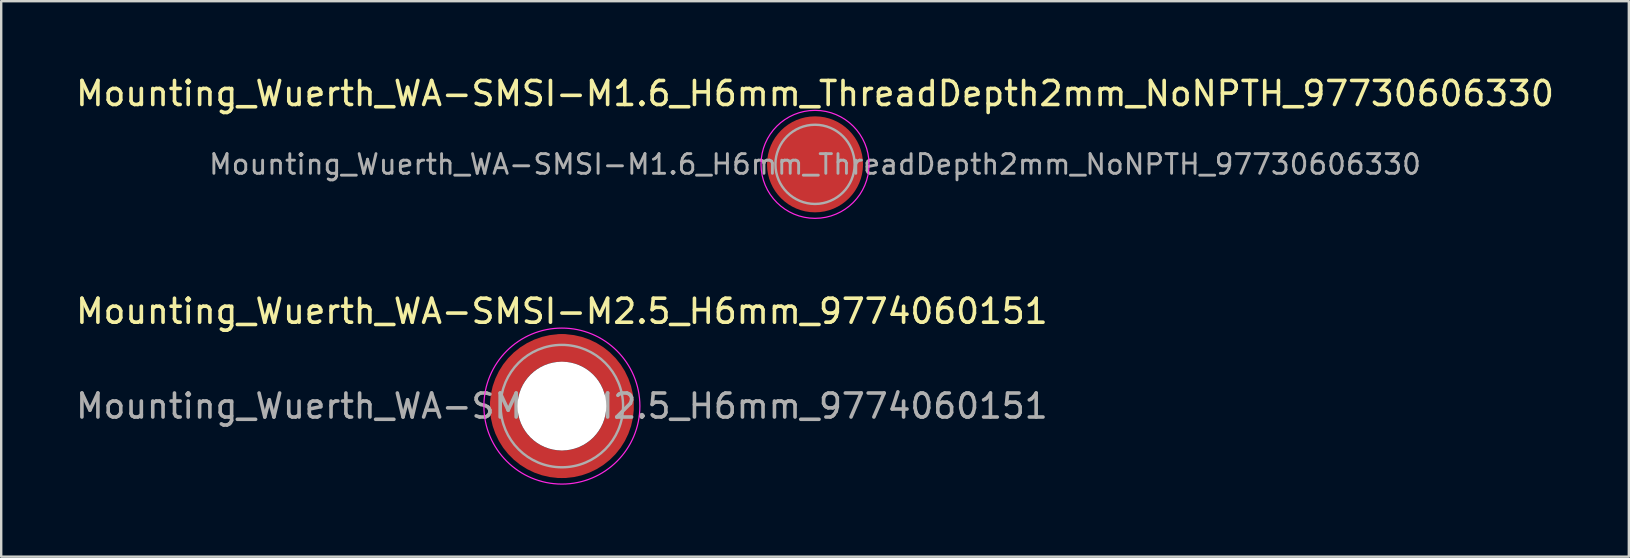
<source format=kicad_pcb>
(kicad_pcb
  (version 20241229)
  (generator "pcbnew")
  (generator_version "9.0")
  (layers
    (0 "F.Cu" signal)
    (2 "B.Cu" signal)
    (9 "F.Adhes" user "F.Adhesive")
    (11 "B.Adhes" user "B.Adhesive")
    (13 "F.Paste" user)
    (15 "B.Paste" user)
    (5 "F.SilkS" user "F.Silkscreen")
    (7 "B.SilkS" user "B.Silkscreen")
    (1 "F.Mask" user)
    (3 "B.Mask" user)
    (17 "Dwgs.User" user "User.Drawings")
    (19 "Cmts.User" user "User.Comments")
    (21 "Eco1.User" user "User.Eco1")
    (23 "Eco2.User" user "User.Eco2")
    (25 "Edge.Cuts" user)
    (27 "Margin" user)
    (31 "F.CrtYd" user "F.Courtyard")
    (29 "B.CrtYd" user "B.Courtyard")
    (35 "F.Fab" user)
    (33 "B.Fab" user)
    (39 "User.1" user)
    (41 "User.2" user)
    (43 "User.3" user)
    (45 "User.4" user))
  (footprint "Mounting_Wuerth_WA-SMSI-M1.6_H6mm_ThreadDepth2mm_NoNPTH_97730606330"
    (layer "F.Cu")
    (at 30.911 3.798)
    (property "Reference" "Mounting_Wuerth_WA-SMSI-M1.6_H6mm_ThreadDepth2mm_NoNPTH_97730606330" (at 0 -2.95 0) (layer "F.SilkS") (effects (font (size 1 1) (thickness 0.15))))
    (attr smd)
    (fp_circle (center 0 0) (end 2.25 0) (stroke (width 0.05) (type solid)) (fill no) (layer "F.CrtYd"))
    (fp_circle (center 0 0) (end 1.65 0) (stroke (width 0.1) (type solid)) (fill no) (layer "F.Fab"))
    (fp_text user "${REFERENCE}" (at 0 0 0) (layer "F.Fab") (effects (font (size 0.82 0.82) (thickness 0.12))))
    (pad "" smd custom (at -0.778 -0.778) (size 0.8 0.8) (layers "F.Paste") (options (anchor circle)) (primitives (gr_arc (start 0.465568 0.527817) (mid 0.494975 0.494974) (end 0.527818 0.465567) (width 0.2)) (gr_arc (start 0.344805 0.527817) (mid 0.424264 0.424264) (end 0.527818 0.344805) (width 0.2)) (gr_arc (start 0.232382 0.527817) (mid 0.353553 0.353553) (end 0.527817 0.232382) (width 0.2)) (gr_arc (start 0.123983 0.527817) (mid 0.282843 0.282842) (end 0.527818 0.123983) (width 0.2)) (gr_arc (start 0.017883 0.527817) (mid 0.212132 0.212132) (end 0.527817 0.017883) (width 0.2)) (gr_arc (start -0.086763 0.527817) (mid 0.141421 0.141421) (end 0.527817 -0.086763) (width 0.2)) (gr_arc (start -0.190428 0.527817) (mid 0.070711 0.070711) (end 0.527817 -0.190428) (width 0.2)) (gr_arc (start -0.293397 0.527817) (mid 0 0) (end 0.527817 -0.293397) (width 0.2)) (gr_arc (start -0.395852 0.527817) (mid -0.070711 -0.070711) (end 0.527817 -0.395852) (width 0.2)) (gr_arc (start -0.497918 0.527817) (mid -0.141422 -0.141422) (end 0.527817 -0.497918) (width 0.2)) (gr_arc (start -0.59968 0.527817) (mid -0.212132 -0.212132) (end 0.527817 -0.59968) (width 0.2)) (gr_arc (start -0.701202 0.527817) (mid -0.282843 -0.282843) (end 0.527817 -0.701202) (width 0.2)) (gr_arc (start -0.802531 0.527817) (mid -0.353554 -0.353554) (end 0.527817 -0.802531) (width 0.2)) (gr_arc (start -0.9037 0.527817) (mid -0.424264 -0.424264) (end 0.527817 -0.9037) (width 0.2)) (gr_arc (start -1.004737 0.527817) (mid -0.494975 -0.494975) (end 0.527817 -1.004737) (width 0.2)) (gr_line (start 0.528 0.466) (end 0.528 -1.005) (width 0.2)) (gr_line (start 0.466 0.528) (end -1.005 0.528) (width 0.2))))
    (pad "" smd custom (at -0.778 0.778) (size 0.8 0.8) (layers "F.Paste") (options (anchor circle)) (primitives (gr_arc (start 0.527817 -0.465568) (mid 0.494974 -0.494975) (end 0.465567 -0.527818) (width 0.2)) (gr_arc (start 0.527817 -0.344805) (mid 0.424264 -0.424264) (end 0.344805 -0.527818) (width 0.2)) (gr_arc (start 0.527817 -0.232382) (mid 0.353553 -0.353553) (end 0.232382 -0.527817) (width 0.2)) (gr_arc (start 0.527817 -0.123983) (mid 0.282842 -0.282843) (end 0.123983 -0.527818) (width 0.2)) (gr_arc (start 0.527817 -0.017883) (mid 0.212132 -0.212132) (end 0.017883 -0.527817) (width 0.2)) (gr_arc (start 0.527817 0.086763) (mid 0.141421 -0.141421) (end -0.086763 -0.527817) (width 0.2)) (gr_arc (start 0.527817 0.190428) (mid 0.070711 -0.070711) (end -0.190428 -0.527817) (width 0.2)) (gr_arc (start 0.527817 0.293397) (mid 0 0) (end -0.293397 -0.527817) (width 0.2)) (gr_arc (start 0.527817 0.395852) (mid -0.070711 0.070711) (end -0.395852 -0.527817) (width 0.2)) (gr_arc (start 0.527817 0.497918) (mid -0.141422 0.141422) (end -0.497918 -0.527817) (width 0.2)) (gr_arc (start 0.527817 0.59968) (mid -0.212132 0.212132) (end -0.59968 -0.527817) (width 0.2)) (gr_arc (start 0.527817 0.701202) (mid -0.282843 0.282843) (end -0.701202 -0.527817) (width 0.2)) (gr_arc (start 0.527817 0.802531) (mid -0.353554 0.353554) (end -0.802531 -0.527817) (width 0.2)) (gr_arc (start 0.527817 0.9037) (mid -0.424264 0.424264) (end -0.9037 -0.527817) (width 0.2)) (gr_arc (start 0.527817 1.004737) (mid -0.494975 0.494975) (end -1.004737 -0.527817) (width 0.2)) (gr_line (start 0.466 -0.528) (end -1.005 -0.528) (width 0.2)) (gr_line (start 0.528 -0.466) (end 0.528 1.005) (width 0.2))))
    (pad "" smd custom (at 0.778 -0.778) (size 0.8 0.8) (layers "F.Paste") (options (anchor circle)) (primitives (gr_arc (start -0.527817 0.465568) (mid -0.494974 0.494975) (end -0.465567 0.527818) (width 0.2)) (gr_arc (start -0.527817 0.344805) (mid -0.424264 0.424264) (end -0.344805 0.527818) (width 0.2)) (gr_arc (start -0.527817 0.232382) (mid -0.353553 0.353553) (end -0.232382 0.527817) (width 0.2)) (gr_arc (start -0.527817 0.123983) (mid -0.282842 0.282843) (end -0.123983 0.527818) (width 0.2)) (gr_arc (start -0.527817 0.017883) (mid -0.212132 0.212132) (end -0.017883 0.527817) (width 0.2)) (gr_arc (start -0.527817 -0.086763) (mid -0.141421 0.141421) (end 0.086763 0.527817) (width 0.2)) (gr_arc (start -0.527817 -0.190428) (mid -0.070711 0.070711) (end 0.190428 0.527817) (width 0.2)) (gr_arc (start -0.527817 -0.293397) (mid 0 0) (end 0.293397 0.527817) (width 0.2)) (gr_arc (start -0.527817 -0.395852) (mid 0.070711 -0.070711) (end 0.395852 0.527817) (width 0.2)) (gr_arc (start -0.527817 -0.497918) (mid 0.141422 -0.141422) (end 0.497918 0.527817) (width 0.2)) (gr_arc (start -0.527817 -0.59968) (mid 0.212132 -0.212132) (end 0.59968 0.527817) (width 0.2)) (gr_arc (start -0.527817 -0.701202) (mid 0.282843 -0.282843) (end 0.701202 0.527817) (width 0.2)) (gr_arc (start -0.527817 -0.802531) (mid 0.353554 -0.353554) (end 0.802531 0.527817) (width 0.2)) (gr_arc (start -0.527817 -0.9037) (mid 0.424264 -0.424264) (end 0.9037 0.527817) (width 0.2)) (gr_arc (start -0.527817 -1.004737) (mid 0.494975 -0.494975) (end 1.004737 0.527817) (width 0.2)) (gr_line (start -0.466 0.528) (end 1.005 0.528) (width 0.2)) (gr_line (start -0.528 0.466) (end -0.528 -1.005) (width 0.2))))
    (pad "" smd custom (at 0.778 0.778) (size 0.8 0.8) (layers "F.Paste") (options (anchor circle)) (primitives (gr_arc (start -0.465568 -0.527817) (mid -0.494975 -0.494974) (end -0.527818 -0.465567) (width 0.2)) (gr_arc (start -0.344805 -0.527817) (mid -0.424264 -0.424264) (end -0.527818 -0.344805) (width 0.2)) (gr_arc (start -0.232382 -0.527817) (mid -0.353553 -0.353553) (end -0.527817 -0.232382) (width 0.2)) (gr_arc (start -0.123983 -0.527817) (mid -0.282843 -0.282842) (end -0.527818 -0.123983) (width 0.2)) (gr_arc (start -0.017883 -0.527817) (mid -0.212132 -0.212132) (end -0.527817 -0.017883) (width 0.2)) (gr_arc (start 0.086763 -0.527817) (mid -0.141421 -0.141421) (end -0.527817 0.086763) (width 0.2)) (gr_arc (start 0.190428 -0.527817) (mid -0.070711 -0.070711) (end -0.527817 0.190428) (width 0.2)) (gr_arc (start 0.293397 -0.527817) (mid 0 0) (end -0.527817 0.293397) (width 0.2)) (gr_arc (start 0.395852 -0.527817) (mid 0.070711 0.070711) (end -0.527817 0.395852) (width 0.2)) (gr_arc (start 0.497918 -0.527817) (mid 0.141422 0.141422) (end -0.527817 0.497918) (width 0.2)) (gr_arc (start 0.59968 -0.527817) (mid 0.212132 0.212132) (end -0.527817 0.59968) (width 0.2)) (gr_arc (start 0.701202 -0.527817) (mid 0.282843 0.282843) (end -0.527817 0.701202) (width 0.2)) (gr_arc (start 0.802531 -0.527817) (mid 0.353554 0.353554) (end -0.527817 0.802531) (width 0.2)) (gr_arc (start 0.9037 -0.527817) (mid 0.424264 0.424264) (end -0.527817 0.9037) (width 0.2)) (gr_arc (start 1.004737 -0.527817) (mid 0.494975 0.494975) (end -0.527817 1.004737) (width 0.2)) (gr_line (start -0.528 -0.466) (end -0.528 1.005) (width 0.2)) (gr_line (start -0.466 -0.528) (end 1.005 -0.528) (width 0.2))))
    (pad "1" smd circle (at 0 0) (size 4 4) (layers "F.Cu" "F.Mask")))
  (footprint "Mounting_Wuerth_WA-SMSI-M2.5_H6mm_9774060151"
    (layer "F.Cu")
    (at 20.363 13.871)
    (property "Reference" "Mounting_Wuerth_WA-SMSI-M2.5_H6mm_9774060151" (at 0 -3.95 0) (layer "F.SilkS") (effects (font (size 1 1) (thickness 0.15))))
    (attr smd)
    (fp_circle (center 0 0) (end 3.25 0) (stroke (width 0.05) (type solid)) (fill no) (layer "F.CrtYd"))
    (fp_circle (center 0 0) (end 2.55 0) (stroke (width 0.1) (type solid)) (fill no) (layer "F.Fab"))
    (fp_text user "${REFERENCE}" (at 0 0 0) (layer "F.Fab") (effects (font (size 1 1) (thickness 0.15))))
    (pad "" smd custom (at -1.704 -1.704) (size 0.51 0.51) (layers "F.Paste") (options (anchor circle)) (primitives (gr_arc (start -0.250195 1.279127) (mid 0.289914 0.289914) (end 1.279127 -0.250195) (width 0.2)) (gr_arc (start -0.34334 1.279127) (mid 0.225488 0.225488) (end 1.279127 -0.34334) (width 0.2)) (gr_arc (start -0.436309 1.279127) (mid 0.161063 0.161063) (end 1.279127 -0.436309) (width 0.2)) (gr_arc (start -0.529126 1.279127) (mid 0.096638 0.096638) (end 1.279127 -0.529126) (width 0.2)) (gr_arc (start -0.621807 1.279127) (mid 0.032213 0.032213) (end 1.279127 -0.621807) (width 0.2)) (gr_arc (start -0.71437 1.279127) (mid -0.032213 -0.032213) (end 1.279127 -0.71437) (width 0.2)) (gr_arc (start -0.806826 1.279127) (mid -0.096638 -0.096638) (end 1.279127 -0.806826) (width 0.2)) (gr_arc (start -0.899187 1.279127) (mid -0.161063 -0.161063) (end 1.279127 -0.899187) (width 0.2)) (gr_arc (start -0.991463 1.279127) (mid -0.225488 -0.225488) (end 1.279127 -0.991463) (width 0.2)) (gr_arc (start -1.083663 1.279127) (mid -0.289914 -0.289914) (end 1.279127 -1.083663) (width 0.2)) (gr_line (start 1.279 -0.25) (end 1.279 -1.084) (width 0.2)) (gr_line (start -0.25 1.279) (end -1.084 1.279) (width 0.2))))
    (pad "" smd custom (at -1.704 1.704) (size 0.51 0.51) (layers "F.Paste") (options (anchor circle)) (primitives (gr_arc (start 1.279127 0.250195) (mid 0.289914 -0.289914) (end -0.250195 -1.279127) (width 0.2)) (gr_arc (start 1.279127 0.34334) (mid 0.225488 -0.225488) (end -0.34334 -1.279127) (width 0.2)) (gr_arc (start 1.279127 0.436309) (mid 0.161063 -0.161063) (end -0.436309 -1.279127) (width 0.2)) (gr_arc (start 1.279127 0.529126) (mid 0.096638 -0.096638) (end -0.529126 -1.279127) (width 0.2)) (gr_arc (start 1.279127 0.621807) (mid 0.032213 -0.032213) (end -0.621807 -1.279127) (width 0.2)) (gr_arc (start 1.279127 0.71437) (mid -0.032213 0.032213) (end -0.71437 -1.279127) (width 0.2)) (gr_arc (start 1.279127 0.806826) (mid -0.096638 0.096638) (end -0.806826 -1.279127) (width 0.2)) (gr_arc (start 1.279127 0.899187) (mid -0.161063 0.161063) (end -0.899187 -1.279127) (width 0.2)) (gr_arc (start 1.279127 0.991463) (mid -0.225488 0.225488) (end -0.991463 -1.279127) (width 0.2)) (gr_arc (start 1.279127 1.083663) (mid -0.289914 0.289914) (end -1.083663 -1.279127) (width 0.2)) (gr_line (start -0.25 -1.279) (end -1.084 -1.279) (width 0.2)) (gr_line (start 1.279 0.25) (end 1.279 1.084) (width 0.2))))
    (pad "" np_thru_hole circle (at 0 0) (size 3.7 3.7) (drill 3.7) (layers "*.Cu" "*.Mask"))
    (pad "" smd custom (at 1.704 -1.704) (size 0.51 0.51) (layers "F.Paste") (options (anchor circle)) (primitives (gr_arc (start -1.279127 -0.250195) (mid -0.289914 0.289914) (end 0.250195 1.279127) (width 0.2)) (gr_arc (start -1.279127 -0.34334) (mid -0.225488 0.225488) (end 0.34334 1.279127) (width 0.2)) (gr_arc (start -1.279127 -0.436309) (mid -0.161063 0.161063) (end 0.436309 1.279127) (width 0.2)) (gr_arc (start -1.279127 -0.529126) (mid -0.096638 0.096638) (end 0.529126 1.279127) (width 0.2)) (gr_arc (start -1.279127 -0.621807) (mid -0.032213 0.032213) (end 0.621807 1.279127) (width 0.2)) (gr_arc (start -1.279127 -0.71437) (mid 0.032213 -0.032213) (end 0.71437 1.279127) (width 0.2)) (gr_arc (start -1.279127 -0.806826) (mid 0.096638 -0.096638) (end 0.806826 1.279127) (width 0.2)) (gr_arc (start -1.279127 -0.899187) (mid 0.161063 -0.161063) (end 0.899187 1.279127) (width 0.2)) (gr_arc (start -1.279127 -0.991463) (mid 0.225488 -0.225488) (end 0.991463 1.279127) (width 0.2)) (gr_arc (start -1.279127 -1.083663) (mid 0.289914 -0.289914) (end 1.083663 1.279127) (width 0.2)) (gr_line (start 0.25 1.279) (end 1.084 1.279) (width 0.2)) (gr_line (start -1.279 -0.25) (end -1.279 -1.084) (width 0.2))))
    (pad "" smd custom (at 1.704 1.704) (size 0.51 0.51) (layers "F.Paste") (options (anchor circle)) (primitives (gr_arc (start 0.250195 -1.279127) (mid -0.289914 -0.289914) (end -1.279127 0.250195) (width 0.2)) (gr_arc (start 0.34334 -1.279127) (mid -0.225488 -0.225488) (end -1.279127 0.34334) (width 0.2)) (gr_arc (start 0.436309 -1.279127) (mid -0.161063 -0.161063) (end -1.279127 0.436309) (width 0.2)) (gr_arc (start 0.529126 -1.279127) (mid -0.096638 -0.096638) (end -1.279127 0.529126) (width 0.2)) (gr_arc (start 0.621807 -1.279127) (mid -0.032213 -0.032213) (end -1.279127 0.621807) (width 0.2)) (gr_arc (start 0.71437 -1.279127) (mid 0.032213 0.032213) (end -1.279127 0.71437) (width 0.2)) (gr_arc (start 0.806826 -1.279127) (mid 0.096638 0.096638) (end -1.279127 0.806826) (width 0.2)) (gr_arc (start 0.899187 -1.279127) (mid 0.161063 0.161063) (end -1.279127 0.899187) (width 0.2)) (gr_arc (start 0.991463 -1.279127) (mid 0.225488 0.225488) (end -1.279127 0.991463) (width 0.2)) (gr_arc (start 1.083663 -1.279127) (mid 0.289914 0.289914) (end -1.279127 1.083663) (width 0.2)) (gr_line (start -1.279 0.25) (end -1.279 1.084) (width 0.2)) (gr_line (start 0.25 -1.279) (end 1.084 -1.279) (width 0.2))))
    (pad "1" smd circle (at -2.425 0) (size 1.15 1.15) (layers "F.Cu"))
    (pad "1" smd circle (at 0 -2.425) (size 1.15 1.15) (layers "F.Cu"))
    (pad "1" smd circle (at 0 2.425) (size 1.15 1.15) (layers "F.Cu"))
    (pad "1" smd custom (at 2.425 0) (size 1.15 1.15) (layers "F.Cu" "F.Mask") (options (anchor circle)) (primitives (gr_circle (center -2.425 0) (end 0 0) (width 1.15) (fill no)))))
  (gr_rect
    (start -3 -3)
    (end 64.821 20.146)
    (stroke (width 0.1) (type default))
    (fill no)
    (layer "Edge.Cuts")))
</source>
